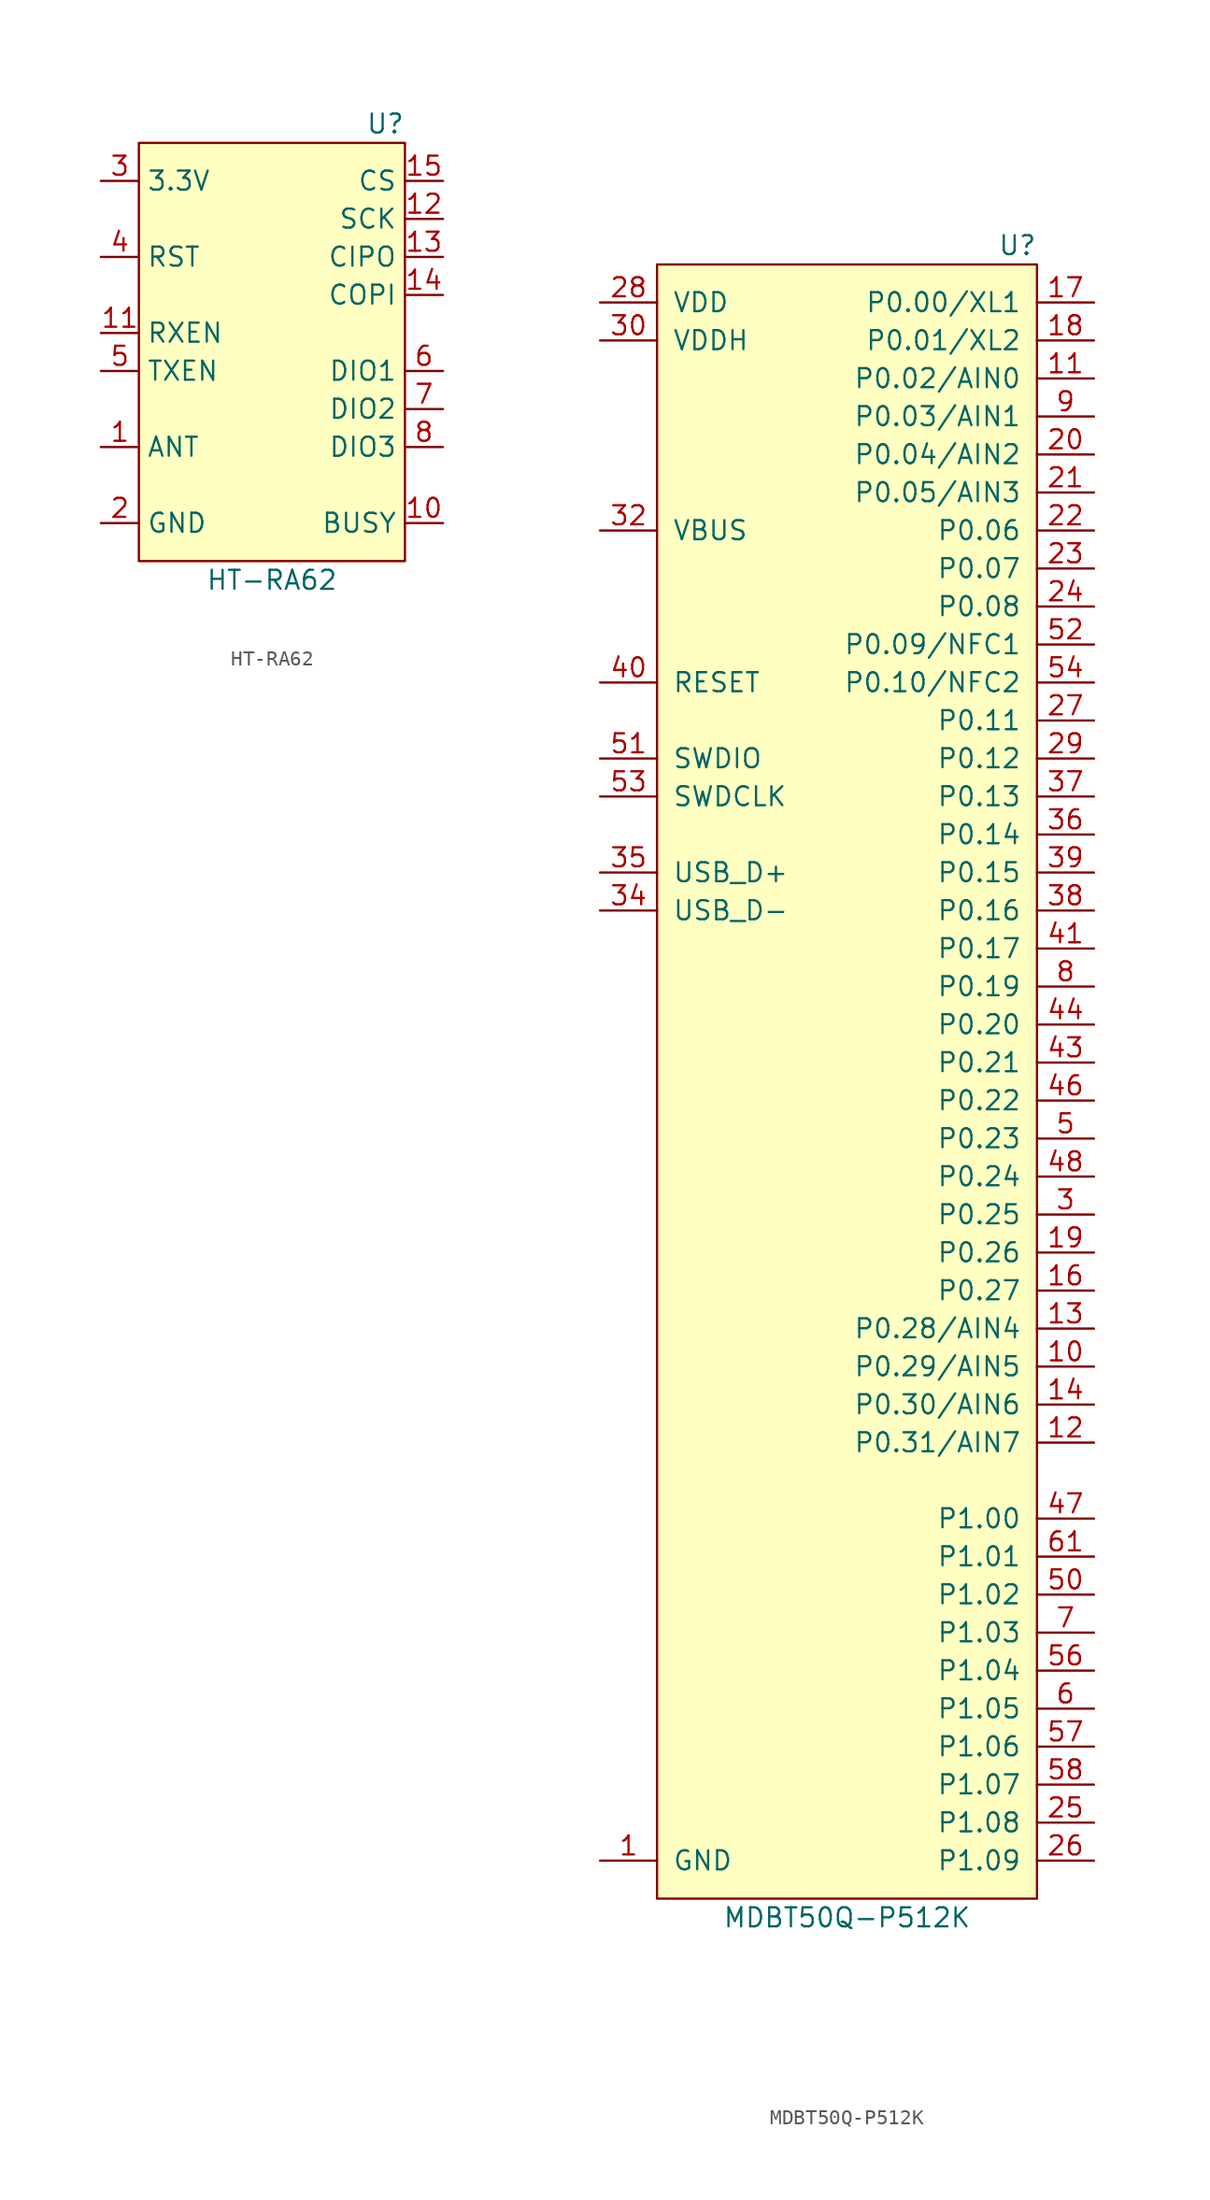
<source format=kicad_sym>
(kicad_symbol_lib
  (version 20231120)
  (generator "kicad_symbol_editor")
  (generator_version "8.0")
  (symbol "HT-RA62"
    (property "Reference" "U"
      (at 8.89 13.97 0)
      (effects (font (size 1.27 1.27)) (justify right)))
    (property "Value" "HT-RA62"
      (at 0 -16.51 0)
      (effects (font (size 1.27 1.27))))
    (symbol "HT-RA62_0_0"
      (pin output line (at -11.43 -7.62 0) (length 2.54) (name "ANT" (effects (font (size 1.27 1.27)))) (number "1" (effects (font (size 1.27 1.27)))))
      (pin bidirectional line (at 11.43 -12.7 180) (length 2.54) (name "BUSY" (effects (font (size 1.27 1.27)))) (number "10" (effects (font (size 1.27 1.27)))))
      (pin input line (at -11.43 0 0) (length 2.54) (name "RXEN" (effects (font (size 1.27 1.27)))) (number "11" (effects (font (size 1.27 1.27)))))
      (pin input line (at 11.43 7.62 180) (length 2.54) (name "SCK" (effects (font (size 1.27 1.27)))) (number "12" (effects (font (size 1.27 1.27)))))
      (pin input line (at 11.43 10.16 180) (length 2.54) (name "CS" (effects (font (size 1.27 1.27)))) (number "15" (effects (font (size 1.27 1.27)))))
      (pin passive line (at -11.43 -12.7 0) (length 2.54) hide (name "GND" (effects (font (size 1.27 1.27)))) (number "16" (effects (font (size 1.27 1.27)))))
      (pin power_in line (at -11.43 -12.7 0) (length 2.54) (name "GND" (effects (font (size 1.27 1.27)))) (number "2" (effects (font (size 1.27 1.27)))))
      (pin power_in line (at -11.43 10.16 0) (length 2.54) (name "3.3V" (effects (font (size 1.27 1.27)))) (number "3" (effects (font (size 1.27 1.27)))))
      (pin input line (at -11.43 5.08 0) (length 2.54) (name "RST" (effects (font (size 1.27 1.27)))) (number "4" (effects (font (size 1.27 1.27)))))
      (pin input line (at -11.43 -2.54 0) (length 2.54) (name "TXEN" (effects (font (size 1.27 1.27)))) (number "5" (effects (font (size 1.27 1.27)))))
      (pin bidirectional line (at 11.43 -2.54 180) (length 2.54) (name "DIO1" (effects (font (size 1.27 1.27)))) (number "6" (effects (font (size 1.27 1.27)))))
      (pin bidirectional line (at 11.43 -5.08 180) (length 2.54) (name "DIO2" (effects (font (size 1.27 1.27)))) (number "7" (effects (font (size 1.27 1.27)))))
      (pin bidirectional line (at 11.43 -7.62 180) (length 2.54) (name "DIO3" (effects (font (size 1.27 1.27)))) (number "8" (effects (font (size 1.27 1.27)))))
      (pin passive line (at -11.43 -12.7 0) (length 2.54) hide (name "GND" (effects (font (size 1.27 1.27)))) (number "9" (effects (font (size 1.27 1.27))))))
    (symbol "HT-RA62_1_0"
      (pin output line (at 11.43 5.08 180) (length 2.54) (name "CIPO" (effects (font (size 1.27 1.27)))) (number "13" (effects (font (size 1.27 1.27)))))
      (pin input line (at 11.43 2.54 180) (length 2.54) (name "COPI" (effects (font (size 1.27 1.27)))) (number "14" (effects (font (size 1.27 1.27))))))
    (symbol "HT-RA62_1_1"
      (rectangle (start -8.89 12.7) (end 8.89 -15.24) (stroke (width 0) (type default)) (fill (type background)))))
  (symbol "MDBT50Q-P512K"
    (pin_names
      (offset 1.016))
    (property "Reference" "U"
      (at 12.7 54.61 0)
      (effects (font (size 1.27 1.27)) (justify right)))
    (property "Value" "MDBT50Q-P512K"
      (at 0 -57.15 0)
      (effects (font (size 1.27 1.27))))
    (symbol "MDBT50Q-P512K_0_0"
      (pin power_in line (at -16.51 -53.34 0) (length 3.81) (name "GND" (effects (font (size 1.27 1.27)))) (number "1" (effects (font (size 1.27 1.27)))))
      (pin bidirectional line (at 16.51 -20.32 180) (length 3.81) (name "P0.29/AIN5" (effects (font (size 1.27 1.27)))) (number "10" (effects (font (size 1.27 1.27)))))
      (pin bidirectional line (at 16.51 45.72 180) (length 3.81) (name "P0.02/AIN0" (effects (font (size 1.27 1.27)))) (number "11" (effects (font (size 1.27 1.27)))))
      (pin bidirectional line (at 16.51 -25.4 180) (length 3.81) (name "P0.31/AIN7" (effects (font (size 1.27 1.27)))) (number "12" (effects (font (size 1.27 1.27)))))
      (pin bidirectional line (at 16.51 -17.78 180) (length 3.81) (name "P0.28/AIN4" (effects (font (size 1.27 1.27)))) (number "13" (effects (font (size 1.27 1.27)))))
      (pin bidirectional line (at 16.51 -22.86 180) (length 3.81) (name "P0.30/AIN6" (effects (font (size 1.27 1.27)))) (number "14" (effects (font (size 1.27 1.27)))))
      (pin passive line (at -16.51 -53.34 0) (length 3.81) hide (name "GND" (effects (font (size 1.27 1.27)))) (number "15" (effects (font (size 1.27 1.27)))))
      (pin bidirectional line (at 16.51 -15.24 180) (length 3.81) (name "P0.27" (effects (font (size 1.27 1.27)))) (number "16" (effects (font (size 1.27 1.27)))))
      (pin bidirectional line (at 16.51 50.8 180) (length 3.81) (name "P0.00/XL1" (effects (font (size 1.27 1.27)))) (number "17" (effects (font (size 1.27 1.27)))))
      (pin bidirectional line (at 16.51 48.26 180) (length 3.81) (name "P0.01/XL2" (effects (font (size 1.27 1.27)))) (number "18" (effects (font (size 1.27 1.27)))))
      (pin bidirectional line (at 16.51 -12.7 180) (length 3.81) (name "P0.26" (effects (font (size 1.27 1.27)))) (number "19" (effects (font (size 1.27 1.27)))))
      (pin passive line (at -16.51 -53.34 0) (length 3.81) hide (name "GND" (effects (font (size 1.27 1.27)))) (number "2" (effects (font (size 1.27 1.27)))))
      (pin bidirectional line (at 16.51 40.64 180) (length 3.81) (name "P0.04/AIN2" (effects (font (size 1.27 1.27)))) (number "20" (effects (font (size 1.27 1.27)))))
      (pin bidirectional line (at 16.51 38.1 180) (length 3.81) (name "P0.05/AIN3" (effects (font (size 1.27 1.27)))) (number "21" (effects (font (size 1.27 1.27)))))
      (pin bidirectional line (at 16.51 35.56 180) (length 3.81) (name "P0.06" (effects (font (size 1.27 1.27)))) (number "22" (effects (font (size 1.27 1.27)))))
      (pin bidirectional line (at 16.51 33.02 180) (length 3.81) (name "P0.07" (effects (font (size 1.27 1.27)))) (number "23" (effects (font (size 1.27 1.27)))))
      (pin bidirectional line (at 16.51 30.48 180) (length 3.81) (name "P0.08" (effects (font (size 1.27 1.27)))) (number "24" (effects (font (size 1.27 1.27)))))
      (pin bidirectional line (at 16.51 -50.8 180) (length 3.81) (name "P1.08" (effects (font (size 1.27 1.27)))) (number "25" (effects (font (size 1.27 1.27)))))
      (pin bidirectional line (at 16.51 -53.34 180) (length 3.81) (name "P1.09" (effects (font (size 1.27 1.27)))) (number "26" (effects (font (size 1.27 1.27)))))
      (pin bidirectional line (at 16.51 22.86 180) (length 3.81) (name "P0.11" (effects (font (size 1.27 1.27)))) (number "27" (effects (font (size 1.27 1.27)))))
      (pin power_in line (at -16.51 50.8 0) (length 3.81) (name "VDD" (effects (font (size 1.27 1.27)))) (number "28" (effects (font (size 1.27 1.27)))))
      (pin bidirectional line (at 16.51 20.32 180) (length 3.81) (name "P0.12" (effects (font (size 1.27 1.27)))) (number "29" (effects (font (size 1.27 1.27)))))
      (pin bidirectional line (at 16.51 -10.16 180) (length 3.81) (name "P0.25" (effects (font (size 1.27 1.27)))) (number "3" (effects (font (size 1.27 1.27)))))
      (pin power_in line (at -16.51 48.26 0) (length 3.81) (name "VDDH" (effects (font (size 1.27 1.27)))) (number "30" (effects (font (size 1.27 1.27)))))
      (pin passive line (at -16.51 -53.34 0) (length 3.81) hide (name "GND" (effects (font (size 1.27 1.27)))) (number "33" (effects (font (size 1.27 1.27)))))
      (pin bidirectional line (at -16.51 10.16 0) (length 3.81) (name "USB_D-" (effects (font (size 1.27 1.27)))) (number "34" (effects (font (size 1.27 1.27)))))
      (pin bidirectional line (at -16.51 12.7 0) (length 3.81) (name "USB_D+" (effects (font (size 1.27 1.27)))) (number "35" (effects (font (size 1.27 1.27)))))
      (pin bidirectional line (at 16.51 15.24 180) (length 3.81) (name "P0.14" (effects (font (size 1.27 1.27)))) (number "36" (effects (font (size 1.27 1.27)))))
      (pin bidirectional line (at 16.51 17.78 180) (length 3.81) (name "P0.13" (effects (font (size 1.27 1.27)))) (number "37" (effects (font (size 1.27 1.27)))))
      (pin bidirectional line (at 16.51 10.16 180) (length 3.81) (name "P0.16" (effects (font (size 1.27 1.27)))) (number "38" (effects (font (size 1.27 1.27)))))
      (pin bidirectional line (at 16.51 12.7 180) (length 3.81) (name "P0.15" (effects (font (size 1.27 1.27)))) (number "39" (effects (font (size 1.27 1.27)))))
      (pin no_connect line (at -3.81 -30.48 0) (length 3.81) hide (name "NC" (effects (font (size 1.27 1.27)))) (number "4" (effects (font (size 1.27 1.27)))))
      (pin bidirectional line (at 16.51 7.62 180) (length 3.81) (name "P0.17" (effects (font (size 1.27 1.27)))) (number "41" (effects (font (size 1.27 1.27)))))
      (pin no_connect line (at -3.81 -35.56 0) (length 3.81) hide (name "NC" (effects (font (size 1.27 1.27)))) (number "42" (effects (font (size 1.27 1.27)))))
      (pin bidirectional line (at 16.51 0 180) (length 3.81) (name "P0.21" (effects (font (size 1.27 1.27)))) (number "43" (effects (font (size 1.27 1.27)))))
      (pin bidirectional line (at 16.51 2.54 180) (length 3.81) (name "P0.20" (effects (font (size 1.27 1.27)))) (number "44" (effects (font (size 1.27 1.27)))))
      (pin no_connect line (at -3.81 -38.1 0) (length 3.81) hide (name "NC" (effects (font (size 1.27 1.27)))) (number "45" (effects (font (size 1.27 1.27)))))
      (pin bidirectional line (at 16.51 -2.54 180) (length 3.81) (name "P0.22" (effects (font (size 1.27 1.27)))) (number "46" (effects (font (size 1.27 1.27)))))
      (pin bidirectional line (at 16.51 -30.48 180) (length 3.81) (name "P1.00" (effects (font (size 1.27 1.27)))) (number "47" (effects (font (size 1.27 1.27)))))
      (pin bidirectional line (at 16.51 -7.62 180) (length 3.81) (name "P0.24" (effects (font (size 1.27 1.27)))) (number "48" (effects (font (size 1.27 1.27)))))
      (pin no_connect line (at -3.81 -40.64 0) (length 3.81) hide (name "NC" (effects (font (size 1.27 1.27)))) (number "49" (effects (font (size 1.27 1.27)))))
      (pin bidirectional line (at 16.51 -5.08 180) (length 3.81) (name "P0.23" (effects (font (size 1.27 1.27)))) (number "5" (effects (font (size 1.27 1.27)))))
      (pin bidirectional line (at 16.51 -35.56 180) (length 3.81) (name "P1.02" (effects (font (size 1.27 1.27)))) (number "50" (effects (font (size 1.27 1.27)))))
      (pin bidirectional line (at -16.51 20.32 0) (length 3.81) (name "SWDIO" (effects (font (size 1.27 1.27)))) (number "51" (effects (font (size 1.27 1.27)))))
      (pin bidirectional line (at 16.51 27.94 180) (length 3.81) (name "P0.09/NFC1" (effects (font (size 1.27 1.27)))) (number "52" (effects (font (size 1.27 1.27)))))
      (pin bidirectional line (at -16.51 17.78 0) (length 3.81) (name "SWDCLK" (effects (font (size 1.27 1.27)))) (number "53" (effects (font (size 1.27 1.27)))))
      (pin power_in line (at -16.51 -53.34 0) (length 3.81) hide (name "GND" (effects (font (size 1.27 1.27)))) (number "55" (effects (font (size 1.27 1.27)))))
      (pin bidirectional line (at 16.51 -40.64 180) (length 3.81) (name "P1.04" (effects (font (size 1.27 1.27)))) (number "56" (effects (font (size 1.27 1.27)))))
      (pin bidirectional line (at 16.51 -45.72 180) (length 3.81) (name "P1.06" (effects (font (size 1.27 1.27)))) (number "57" (effects (font (size 1.27 1.27)))))
      (pin bidirectional line (at 16.51 -48.26 180) (length 3.81) (name "P1.07" (effects (font (size 1.27 1.27)))) (number "58" (effects (font (size 1.27 1.27)))))
      (pin no_connect line (at -3.81 -43.18 0) (length 3.81) hide (name "NC" (effects (font (size 1.27 1.27)))) (number "59" (effects (font (size 1.27 1.27)))))
      (pin bidirectional line (at 16.51 -43.18 180) (length 3.81) (name "P1.05" (effects (font (size 1.27 1.27)))) (number "6" (effects (font (size 1.27 1.27)))))
      (pin no_connect line (at -3.81 -45.72 0) (length 3.81) hide (name "NC" (effects (font (size 1.27 1.27)))) (number "60" (effects (font (size 1.27 1.27)))))
      (pin bidirectional line (at 16.51 -33.02 180) (length 3.81) (name "P1.01" (effects (font (size 1.27 1.27)))) (number "61" (effects (font (size 1.27 1.27)))))
      (pin bidirectional line (at 16.51 -38.1 180) (length 3.81) (name "P1.03" (effects (font (size 1.27 1.27)))) (number "7" (effects (font (size 1.27 1.27)))))
      (pin bidirectional line (at 16.51 5.08 180) (length 3.81) (name "P0.19" (effects (font (size 1.27 1.27)))) (number "8" (effects (font (size 1.27 1.27)))))
      (pin bidirectional line (at 16.51 43.18 180) (length 3.81) (name "P0.03/AIN1" (effects (font (size 1.27 1.27)))) (number "9" (effects (font (size 1.27 1.27))))))
    (symbol "MDBT50Q-P512K_1_0"
      (rectangle (start -12.7 53.34) (end 12.7 -55.88) (stroke (width 0) (type default)) (fill (type background)))
      (pin no_connect line (at -3.81 -33.02 0) (length 3.81) hide (name "NC" (effects (font (size 1.27 1.27)))) (number "31" (effects (font (size 1.27 1.27)))))
      (pin power_in line (at -16.51 35.56 0) (length 3.81) (name "VBUS" (effects (font (size 1.27 1.27)))) (number "32" (effects (font (size 1.27 1.27)))))
      (pin input line (at -16.51 25.4 0) (length 3.81) (name "RESET" (effects (font (size 1.27 1.27)))) (number "40" (effects (font (size 1.27 1.27)))))
      (pin bidirectional line (at 16.51 25.4 180) (length 3.81) (name "P0.10/NFC2" (effects (font (size 1.27 1.27)))) (number "54" (effects (font (size 1.27 1.27))))))))
</source>
